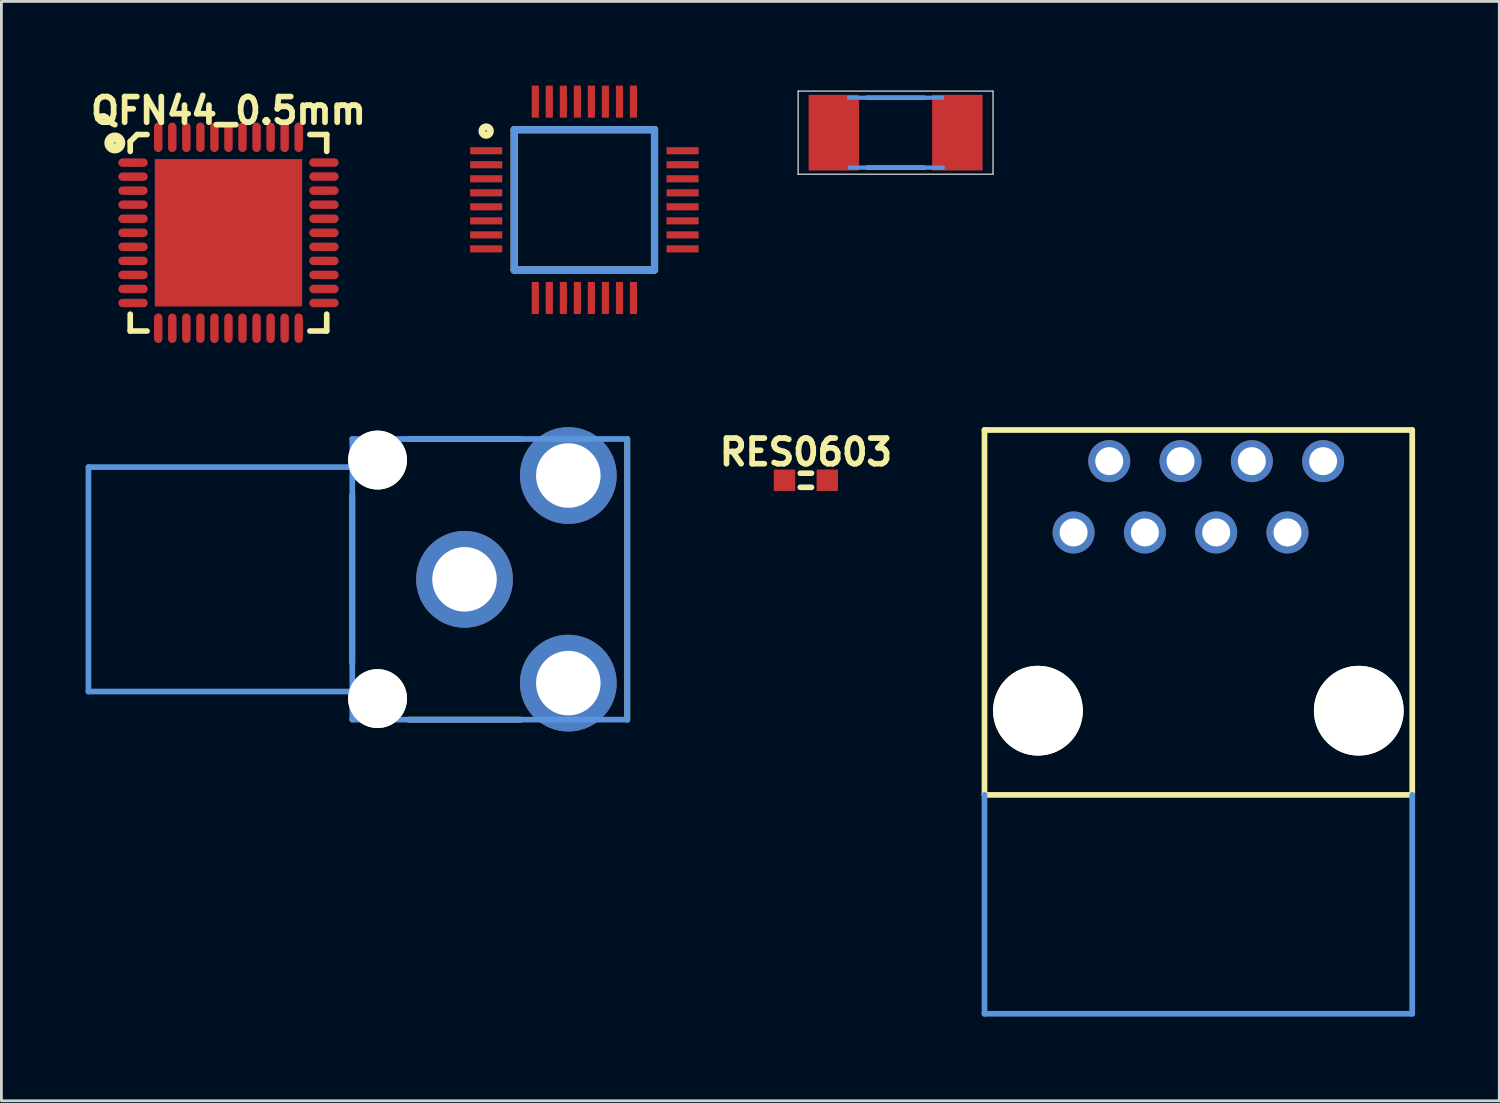
<source format=kicad_pcb>
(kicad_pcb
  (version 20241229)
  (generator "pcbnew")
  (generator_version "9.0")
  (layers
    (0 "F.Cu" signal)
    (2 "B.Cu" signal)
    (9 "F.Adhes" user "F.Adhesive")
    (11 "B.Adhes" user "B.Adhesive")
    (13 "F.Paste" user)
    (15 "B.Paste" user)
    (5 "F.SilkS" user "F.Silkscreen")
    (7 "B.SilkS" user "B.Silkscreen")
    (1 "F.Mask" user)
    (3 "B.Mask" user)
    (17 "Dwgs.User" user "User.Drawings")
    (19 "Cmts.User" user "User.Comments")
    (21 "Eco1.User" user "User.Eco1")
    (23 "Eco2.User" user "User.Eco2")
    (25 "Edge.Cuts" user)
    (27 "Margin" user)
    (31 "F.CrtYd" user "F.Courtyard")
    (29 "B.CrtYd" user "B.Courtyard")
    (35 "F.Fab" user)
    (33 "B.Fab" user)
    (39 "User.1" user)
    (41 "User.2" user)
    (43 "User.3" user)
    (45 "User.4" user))
  (footprint "QFN44_0.5mm"
    (layer "F.Cu")
    (at 5.09 5.243)
    (property "Reference" "QFN44_0.5mm" (at 0 -4.351 0) (layer "F.SilkS") (effects (font (size 0.914 0.914) (thickness 0.203))))
    (attr smd)
    (fp_line (start -3.5 -3.251) (end -3.251 -3.5) (stroke (width 0.201) (type solid)) (layer "F.SilkS"))
    (fp_line (start -3.5 -2.901) (end -3.5 -3.251) (stroke (width 0.201) (type solid)) (layer "F.SilkS"))
    (fp_line (start -3.5 2.901) (end -3.5 3.5) (stroke (width 0.201) (type solid)) (layer "F.SilkS"))
    (fp_line (start -3.5 3.5) (end -2.901 3.5) (stroke (width 0.201) (type solid)) (layer "F.SilkS"))
    (fp_line (start -3.251 -3.5) (end -2.901 -3.5) (stroke (width 0.201) (type solid)) (layer "F.SilkS"))
    (fp_line (start 2.901 -3.5) (end 3.5 -3.5) (stroke (width 0.201) (type solid)) (layer "F.SilkS"))
    (fp_line (start 2.901 3.5) (end 3.5 3.5) (stroke (width 0.201) (type solid)) (layer "F.SilkS"))
    (fp_line (start 3.5 -3.5) (end 3.5 -2.901) (stroke (width 0.201) (type solid)) (layer "F.SilkS"))
    (fp_line (start 3.5 3.5) (end 3.5 2.901) (stroke (width 0.201) (type solid)) (layer "F.SilkS"))
    (fp_circle (center -4.049 -3.2) (end -3.851 -3.2) (stroke (width 0.351) (type solid)) (fill no) (layer "F.SilkS"))
    (pad "" smd rect (at -1.5 -1.5) (size 1.25 1.25) (layers "F.Paste"))
    (pad "" smd rect (at -1.5 1.5) (size 1.25 1.25) (layers "F.Paste"))
    (pad "" smd rect (at 1.5 -1.5) (size 1.25 1.25) (layers "F.Paste"))
    (pad "" smd rect (at 1.5 1.5) (size 1.25 1.25) (layers "F.Paste"))
    (pad "1" smd oval (at -3.401 -2.499 90) (size 0.3 1.049) (layers "F.Cu" "F.Mask" "F.Paste"))
    (pad "2" smd oval (at -3.401 -1.999 90) (size 0.3 1.049) (layers "F.Cu" "F.Mask" "F.Paste"))
    (pad "3" smd oval (at -3.401 -1.501 90) (size 0.3 1.049) (layers "F.Cu" "F.Mask" "F.Paste"))
    (pad "4" smd oval (at -3.401 -1.001 90) (size 0.3 1.049) (layers "F.Cu" "F.Mask" "F.Paste"))
    (pad "5" smd oval (at -3.401 -0.5 90) (size 0.3 1.049) (layers "F.Cu" "F.Mask" "F.Paste"))
    (pad "6" smd oval (at -3.401 0 90) (size 0.3 1.049) (layers "F.Cu" "F.Mask" "F.Paste"))
    (pad "7" smd oval (at -3.401 0.5 90) (size 0.3 1.049) (layers "F.Cu" "F.Mask" "F.Paste"))
    (pad "8" smd oval (at -3.401 1.001 90) (size 0.3 1.049) (layers "F.Cu" "F.Mask" "F.Paste"))
    (pad "9" smd oval (at -3.401 1.501 90) (size 0.3 1.049) (layers "F.Cu" "F.Mask" "F.Paste"))
    (pad "10" smd oval (at -3.401 2.002 90) (size 0.3 1.049) (layers "F.Cu" "F.Mask" "F.Paste"))
    (pad "11" smd oval (at -3.401 2.502 90) (size 0.3 1.049) (layers "F.Cu" "F.Mask" "F.Paste"))
    (pad "12" smd oval (at -2.502 3.401) (size 0.3 1.049) (layers "F.Cu" "F.Mask" "F.Paste"))
    (pad "13" smd oval (at -2.002 3.401) (size 0.3 1.049) (layers "F.Cu" "F.Mask" "F.Paste"))
    (pad "14" smd oval (at -1.501 3.401) (size 0.3 1.049) (layers "F.Cu" "F.Mask" "F.Paste"))
    (pad "15" smd oval (at -1.001 3.401) (size 0.3 1.049) (layers "F.Cu" "F.Mask" "F.Paste"))
    (pad "16" smd oval (at -0.5 3.401) (size 0.3 1.049) (layers "F.Cu" "F.Mask" "F.Paste"))
    (pad "17" smd oval (at 0 3.401) (size 0.3 1.049) (layers "F.Cu" "F.Mask" "F.Paste"))
    (pad "18" smd oval (at 0.5 3.401) (size 0.3 1.049) (layers "F.Cu" "F.Mask" "F.Paste"))
    (pad "19" smd oval (at 1.001 3.401) (size 0.3 1.049) (layers "F.Cu" "F.Mask" "F.Paste"))
    (pad "20" smd oval (at 1.501 3.401) (size 0.3 1.049) (layers "F.Cu" "F.Mask" "F.Paste"))
    (pad "21" smd oval (at 2.002 3.401) (size 0.3 1.049) (layers "F.Cu" "F.Mask" "F.Paste"))
    (pad "22" smd oval (at 2.502 3.401) (size 0.3 1.049) (layers "F.Cu" "F.Mask" "F.Paste"))
    (pad "23" smd oval (at 3.401 2.502 270) (size 0.3 1.049) (layers "F.Cu" "F.Mask" "F.Paste"))
    (pad "24" smd oval (at 3.401 2.002 270) (size 0.3 1.049) (layers "F.Cu" "F.Mask" "F.Paste"))
    (pad "25" smd oval (at 3.401 1.501 270) (size 0.3 1.049) (layers "F.Cu" "F.Mask" "F.Paste"))
    (pad "26" smd oval (at 3.401 1.001 270) (size 0.3 1.049) (layers "F.Cu" "F.Mask" "F.Paste"))
    (pad "27" smd oval (at 3.401 0.5 270) (size 0.3 1.049) (layers "F.Cu" "F.Mask" "F.Paste"))
    (pad "28" smd oval (at 3.401 0 270) (size 0.3 1.049) (layers "F.Cu" "F.Mask" "F.Paste"))
    (pad "29" smd oval (at 3.401 -0.5 270) (size 0.3 1.049) (layers "F.Cu" "F.Mask" "F.Paste"))
    (pad "30" smd oval (at 3.401 -1.001 270) (size 0.3 1.049) (layers "F.Cu" "F.Mask" "F.Paste"))
    (pad "31" smd oval (at 3.401 -1.501 270) (size 0.3 1.049) (layers "F.Cu" "F.Mask" "F.Paste"))
    (pad "32" smd oval (at 3.401 -2.002 270) (size 0.3 1.049) (layers "F.Cu" "F.Mask" "F.Paste"))
    (pad "33" smd oval (at 3.401 -2.502 270) (size 0.3 1.049) (layers "F.Cu" "F.Mask" "F.Paste"))
    (pad "34" smd oval (at 2.502 -3.401) (size 0.3 1.049) (layers "F.Cu" "F.Mask" "F.Paste"))
    (pad "35" smd oval (at 2.002 -3.401) (size 0.3 1.049) (layers "F.Cu" "F.Mask" "F.Paste"))
    (pad "36" smd oval (at 1.501 -3.401) (size 0.3 1.049) (layers "F.Cu" "F.Mask" "F.Paste"))
    (pad "37" smd oval (at 1.001 -3.401) (size 0.3 1.049) (layers "F.Cu" "F.Mask" "F.Paste"))
    (pad "38" smd oval (at 0.5 -3.401) (size 0.3 1.049) (layers "F.Cu" "F.Mask" "F.Paste"))
    (pad "39" smd oval (at 0 -3.401) (size 0.3 1.049) (layers "F.Cu" "F.Mask" "F.Paste"))
    (pad "40" smd oval (at -0.5 -3.401) (size 0.3 1.049) (layers "F.Cu" "F.Mask" "F.Paste"))
    (pad "41" smd oval (at -1.001 -3.401) (size 0.3 1.049) (layers "F.Cu" "F.Mask" "F.Paste"))
    (pad "42" smd oval (at -1.501 -3.401) (size 0.3 1.049) (layers "F.Cu" "F.Mask" "F.Paste"))
    (pad "43" smd oval (at -2.002 -3.401) (size 0.3 1.049) (layers "F.Cu" "F.Mask" "F.Paste"))
    (pad "44" smd oval (at -2.502 -3.401) (size 0.3 1.049) (layers "F.Cu" "F.Mask" "F.Paste"))
    (pad "PAD" smd rect (at 0 0) (size 5.25 5.25) (layers "F.Cu" "F.Mask")))
  (footprint "R2010"
    (layer "F.Cu")
    (at 28.858 1.676)
    (property "Reference" "R2010" (at -1.727 -1.384 0) (layer "Eco1.User") (effects (font (size 0.406 0.406) (thickness 0.03))))
    (attr through_hole)
    (fp_line (start -1.026 -1.245) (end 1.026 -1.245) (stroke (width 0.152) (type solid)) (layer "F.SilkS"))
    (fp_line (start -1.001 1.245) (end 1.016 1.245) (stroke (width 0.152) (type solid)) (layer "F.SilkS"))
    (fp_line (start -3.472 -1.481) (end 3.472 -1.481) (stroke (width 0.051) (type solid)) (layer "Dwgs.User"))
    (fp_line (start -3.472 1.481) (end -3.472 -1.481) (stroke (width 0.051) (type solid)) (layer "Dwgs.User"))
    (fp_line (start 3.472 -1.481) (end 3.472 1.481) (stroke (width 0.051) (type solid)) (layer "Dwgs.User"))
    (fp_line (start 3.472 1.481) (end -3.472 1.481) (stroke (width 0.051) (type solid)) (layer "Dwgs.User"))
    (fp_line (start -1.661 -1.245) (end 1.661 -1.245) (stroke (width 0.152) (type solid)) (layer "Cmts.User"))
    (fp_line (start -1.636 1.245) (end 1.687 1.245) (stroke (width 0.152) (type solid)) (layer "Cmts.User"))
    (pad "1" smd rect (at -2.2 0) (size 1.798 2.697) (layers "F.Cu" "F.Mask" "F.Paste"))
    (pad "2" smd rect (at 2.2 0) (size 1.798 2.697) (layers "F.Cu" "F.Mask" "F.Paste")))
  (footprint "RCA"
    (layer "F.Cu")
    (at 13.5 17.59)
    (property "Reference" "RCA" (at 0 0 0) (layer "Cmts.User") (effects (font (size 0.001 0.001) (thickness 0.000001))))
    (attr through_hole)
    (fp_line (start -3.998 -3) (end -3.998 3) (stroke (width 0.203) (type solid)) (layer "F.SilkS"))
    (fp_line (start -1.999 -4.999) (end 1.999 -4.999) (stroke (width 0.203) (type solid)) (layer "F.SilkS"))
    (fp_line (start -1.999 4.999) (end 1.999 4.999) (stroke (width 0.203) (type solid)) (layer "F.SilkS"))
    (fp_line (start 5.799 -4.999) (end 5.799 4.999) (stroke (width 0.203) (type solid)) (layer "F.SilkS"))
    (fp_line (start -13.399 -3.998) (end -13.399 3.998) (stroke (width 0.203) (type solid)) (layer "Cmts.User"))
    (fp_line (start -13.399 3.998) (end -3.998 3.998) (stroke (width 0.203) (type solid)) (layer "Cmts.User"))
    (fp_line (start -3.998 -4.999) (end -3.998 4.999) (stroke (width 0.203) (type solid)) (layer "Cmts.User"))
    (fp_line (start -3.998 -3.998) (end -13.399 -3.998) (stroke (width 0.203) (type solid)) (layer "Cmts.User"))
    (fp_line (start -3.998 4.999) (end 5.799 4.999) (stroke (width 0.203) (type solid)) (layer "Cmts.User"))
    (fp_line (start 5.799 -4.999) (end -3.998 -4.999) (stroke (width 0.203) (type solid)) (layer "Cmts.User"))
    (fp_line (start 5.799 4.999) (end 5.799 -4.999) (stroke (width 0.203) (type solid)) (layer "Cmts.User"))
    (pad "" np_thru_hole circle (at -3.099 -4.249) (size 2.098 2.098) (drill 2.098) (layers "*.Cu" "*.Mask" "F.SilkS"))
    (pad "" np_thru_hole circle (at -3.099 4.249) (size 2.098 2.098) (drill 2.098) (layers "*.Cu" "*.Mask" "F.SilkS"))
    (pad "BARR" thru_hole oval (at 0 0) (size 3.447 3.447) (drill 2.299) (layers "*.Cu" "*.Mask"))
    (pad "BREA" thru_hole oval (at 3.698 -3.698) (size 3.447 3.447) (drill 2.299) (layers "*.Cu" "*.Mask"))
    (pad "SPRI" thru_hole oval (at 3.698 3.698) (size 3.447 3.447) (drill 2.299) (layers "*.Cu" "*.Mask")))
  (footprint "QFP32_5mm_0.5mm"
    (layer "F.Cu")
    (at 17.77 4.069)
    (property "Reference" "QFP32_5mm_0.5mm" (at 0 -1.2 0) (layer "Eco1.User") (effects (font (size 0.6 0.6) (thickness 0.1))))
    (attr through_hole)
    (fp_line (start -2.499 -2.499) (end -2.499 2.499) (stroke (width 0.254) (type solid)) (layer "F.SilkS"))
    (fp_line (start -2.499 2.499) (end 2.499 2.499) (stroke (width 0.254) (type solid)) (layer "F.SilkS"))
    (fp_line (start 2.499 -2.499) (end -2.499 -2.499) (stroke (width 0.254) (type solid)) (layer "F.SilkS"))
    (fp_line (start 2.499 2.499) (end 2.499 -2.499) (stroke (width 0.254) (type solid)) (layer "F.SilkS"))
    (fp_circle (center -3.5 -2.449) (end -3.351 -2.449) (stroke (width 0.25) (type solid)) (fill no) (layer "F.SilkS"))
    (fp_line (start -2.499 -2.499) (end -2.499 2.499) (stroke (width 0.254) (type solid)) (layer "Cmts.User"))
    (fp_line (start -2.499 2.499) (end 2.499 2.499) (stroke (width 0.254) (type solid)) (layer "Cmts.User"))
    (fp_line (start 2.499 -2.499) (end -2.499 -2.499) (stroke (width 0.254) (type solid)) (layer "Cmts.User"))
    (fp_line (start 2.499 2.499) (end 2.499 -2.499) (stroke (width 0.254) (type solid)) (layer "Cmts.User"))
    (pad "1" smd rect (at -3.498 -1.748) (size 1.143 0.254) (layers "F.Cu" "F.Mask" "F.Paste"))
    (pad "2" smd rect (at -3.498 -1.25) (size 1.143 0.254) (layers "F.Cu" "F.Mask" "F.Paste"))
    (pad "3" smd rect (at -3.498 -0.749) (size 1.143 0.254) (layers "F.Cu" "F.Mask" "F.Paste"))
    (pad "4" smd rect (at -3.498 -0.249) (size 1.143 0.254) (layers "F.Cu" "F.Mask" "F.Paste"))
    (pad "5" smd rect (at -3.498 0.249) (size 1.143 0.254) (layers "F.Cu" "F.Mask" "F.Paste"))
    (pad "6" smd rect (at -3.498 0.749) (size 1.143 0.254) (layers "F.Cu" "F.Mask" "F.Paste"))
    (pad "7" smd rect (at -3.498 1.25) (size 1.143 0.254) (layers "F.Cu" "F.Mask" "F.Paste"))
    (pad "8" smd rect (at -3.498 1.748) (size 1.143 0.254) (layers "F.Cu" "F.Mask" "F.Paste"))
    (pad "9" smd rect (at -1.748 3.498 90) (size 1.143 0.254) (layers "F.Cu" "F.Mask" "F.Paste"))
    (pad "10" smd rect (at -1.25 3.498 90) (size 1.143 0.254) (layers "F.Cu" "F.Mask" "F.Paste"))
    (pad "11" smd rect (at -0.749 3.498 90) (size 1.143 0.254) (layers "F.Cu" "F.Mask" "F.Paste"))
    (pad "12" smd rect (at -0.249 3.498 90) (size 1.143 0.254) (layers "F.Cu" "F.Mask" "F.Paste"))
    (pad "13" smd rect (at 0.249 3.498 90) (size 1.143 0.254) (layers "F.Cu" "F.Mask" "F.Paste"))
    (pad "14" smd rect (at 0.749 3.498 90) (size 1.143 0.254) (layers "F.Cu" "F.Mask" "F.Paste"))
    (pad "15" smd rect (at 1.25 3.498 90) (size 1.143 0.254) (layers "F.Cu" "F.Mask" "F.Paste"))
    (pad "16" smd rect (at 1.748 3.498 90) (size 1.143 0.254) (layers "F.Cu" "F.Mask" "F.Paste"))
    (pad "17" smd rect (at 3.498 1.748 180) (size 1.143 0.254) (layers "F.Cu" "F.Mask" "F.Paste"))
    (pad "18" smd rect (at 3.498 1.25 180) (size 1.143 0.254) (layers "F.Cu" "F.Mask" "F.Paste"))
    (pad "19" smd rect (at 3.498 0.749 180) (size 1.143 0.254) (layers "F.Cu" "F.Mask" "F.Paste"))
    (pad "20" smd rect (at 3.498 0.249 180) (size 1.143 0.254) (layers "F.Cu" "F.Mask" "F.Paste"))
    (pad "21" smd rect (at 3.498 -0.249 180) (size 1.143 0.254) (layers "F.Cu" "F.Mask" "F.Paste"))
    (pad "22" smd rect (at 3.498 -0.749 180) (size 1.143 0.254) (layers "F.Cu" "F.Mask" "F.Paste"))
    (pad "23" smd rect (at 3.498 -1.25 180) (size 1.143 0.254) (layers "F.Cu" "F.Mask" "F.Paste"))
    (pad "24" smd rect (at 3.498 -1.748 180) (size 1.143 0.254) (layers "F.Cu" "F.Mask" "F.Paste"))
    (pad "25" smd rect (at 1.748 -3.498 270) (size 1.143 0.254) (layers "F.Cu" "F.Mask" "F.Paste"))
    (pad "26" smd rect (at 1.25 -3.498 270) (size 1.143 0.254) (layers "F.Cu" "F.Mask" "F.Paste"))
    (pad "27" smd rect (at 0.749 -3.498 270) (size 1.143 0.254) (layers "F.Cu" "F.Mask" "F.Paste"))
    (pad "28" smd rect (at 0.249 -3.498 270) (size 1.143 0.254) (layers "F.Cu" "F.Mask" "F.Paste"))
    (pad "29" smd rect (at -0.249 -3.498 270) (size 1.143 0.254) (layers "F.Cu" "F.Mask" "F.Paste"))
    (pad "30" smd rect (at -0.749 -3.498 270) (size 1.143 0.254) (layers "F.Cu" "F.Mask" "F.Paste"))
    (pad "31" smd rect (at -1.25 -3.498 270) (size 1.143 0.254) (layers "F.Cu" "F.Mask" "F.Paste"))
    (pad "32" smd rect (at -1.748 -3.498 270) (size 1.143 0.254) (layers "F.Cu" "F.Mask" "F.Paste")))
  (footprint "RES0603"
    (layer "F.Cu")
    (at 25.662 14.06)
    (property "Reference" "RES0603" (at 0 -1.001 0) (layer "F.SilkS") (effects (font (size 0.914 0.914) (thickness 0.203))))
    (attr smd)
    (fp_line (start -0.201 -0.251) (end 0.201 -0.251) (stroke (width 0.201) (type solid)) (layer "F.SilkS"))
    (fp_line (start -0.201 0.251) (end 0.201 0.251) (stroke (width 0.201) (type solid)) (layer "F.SilkS"))
    (pad "1" smd rect (at -0.762 0) (size 0.762 0.762) (layers "F.Cu" "F.Mask" "F.Paste"))
    (pad "2" smd rect (at 0.762 0) (size 0.762 0.762) (layers "F.Cu" "F.Mask" "F.Paste")))
  (footprint "RJ45-8"
    (layer "F.Cu")
    (at 39.645 22.27)
    (property "Reference" "RJ45-8" (at -0.508 0.508 0) (layer "Eco1.User") (effects (font (size 1.016 1.016) (thickness 0.081))))
    (attr through_hole)
    (fp_line (start -7.62 -10) (end 7.62 -10) (stroke (width 0.203) (type solid)) (layer "F.SilkS"))
    (fp_line (start -7.62 3) (end -7.62 -10) (stroke (width 0.203) (type solid)) (layer "F.SilkS"))
    (fp_line (start -7.62 3) (end 7.62 3) (stroke (width 0.203) (type solid)) (layer "F.SilkS"))
    (fp_line (start 7.62 -10) (end 7.62 3) (stroke (width 0.203) (type solid)) (layer "F.SilkS"))
    (fp_line (start -7.62 3) (end -7.62 10.798) (stroke (width 0.203) (type solid)) (layer "Cmts.User"))
    (fp_line (start -7.62 10.798) (end 7.62 10.798) (stroke (width 0.203) (type solid)) (layer "Cmts.User"))
    (fp_line (start 7.62 10.798) (end 7.62 3) (stroke (width 0.203) (type solid)) (layer "Cmts.User"))
    (pad "" np_thru_hole circle (at -5.715 0) (size 3.198 3.198) (drill 3.198) (layers "*.Cu" "*.Mask" "F.SilkS"))
    (pad "" np_thru_hole circle (at 5.715 0) (size 3.198 3.198) (drill 3.198) (layers "*.Cu" "*.Mask" "F.SilkS"))
    (pad "1" thru_hole oval (at -4.445 -6.35) (size 1.496 1.496) (drill 0.998) (layers "*.Cu" "*.Mask"))
    (pad "2" thru_hole oval (at -3.175 -8.89) (size 1.496 1.496) (drill 0.998) (layers "*.Cu" "*.Mask"))
    (pad "3" thru_hole oval (at -1.905 -6.35) (size 1.496 1.496) (drill 0.998) (layers "*.Cu" "*.Mask"))
    (pad "4" thru_hole oval (at -0.635 -8.89) (size 1.496 1.496) (drill 0.998) (layers "*.Cu" "*.Mask"))
    (pad "5" thru_hole oval (at 0.635 -6.35) (size 1.496 1.496) (drill 0.998) (layers "*.Cu" "*.Mask"))
    (pad "6" thru_hole oval (at 1.905 -8.89) (size 1.496 1.496) (drill 0.998) (layers "*.Cu" "*.Mask"))
    (pad "7" thru_hole oval (at 3.175 -6.35) (size 1.496 1.496) (drill 0.998) (layers "*.Cu" "*.Mask"))
    (pad "8" thru_hole oval (at 4.445 -8.89) (size 1.496 1.496) (drill 0.998) (layers "*.Cu" "*.Mask")))
  (gr_rect
    (start -3 -3)
    (end 50.366 36.169)
    (stroke (width 0.1) (type default))
    (fill no)
    (layer "Edge.Cuts")))
</source>
